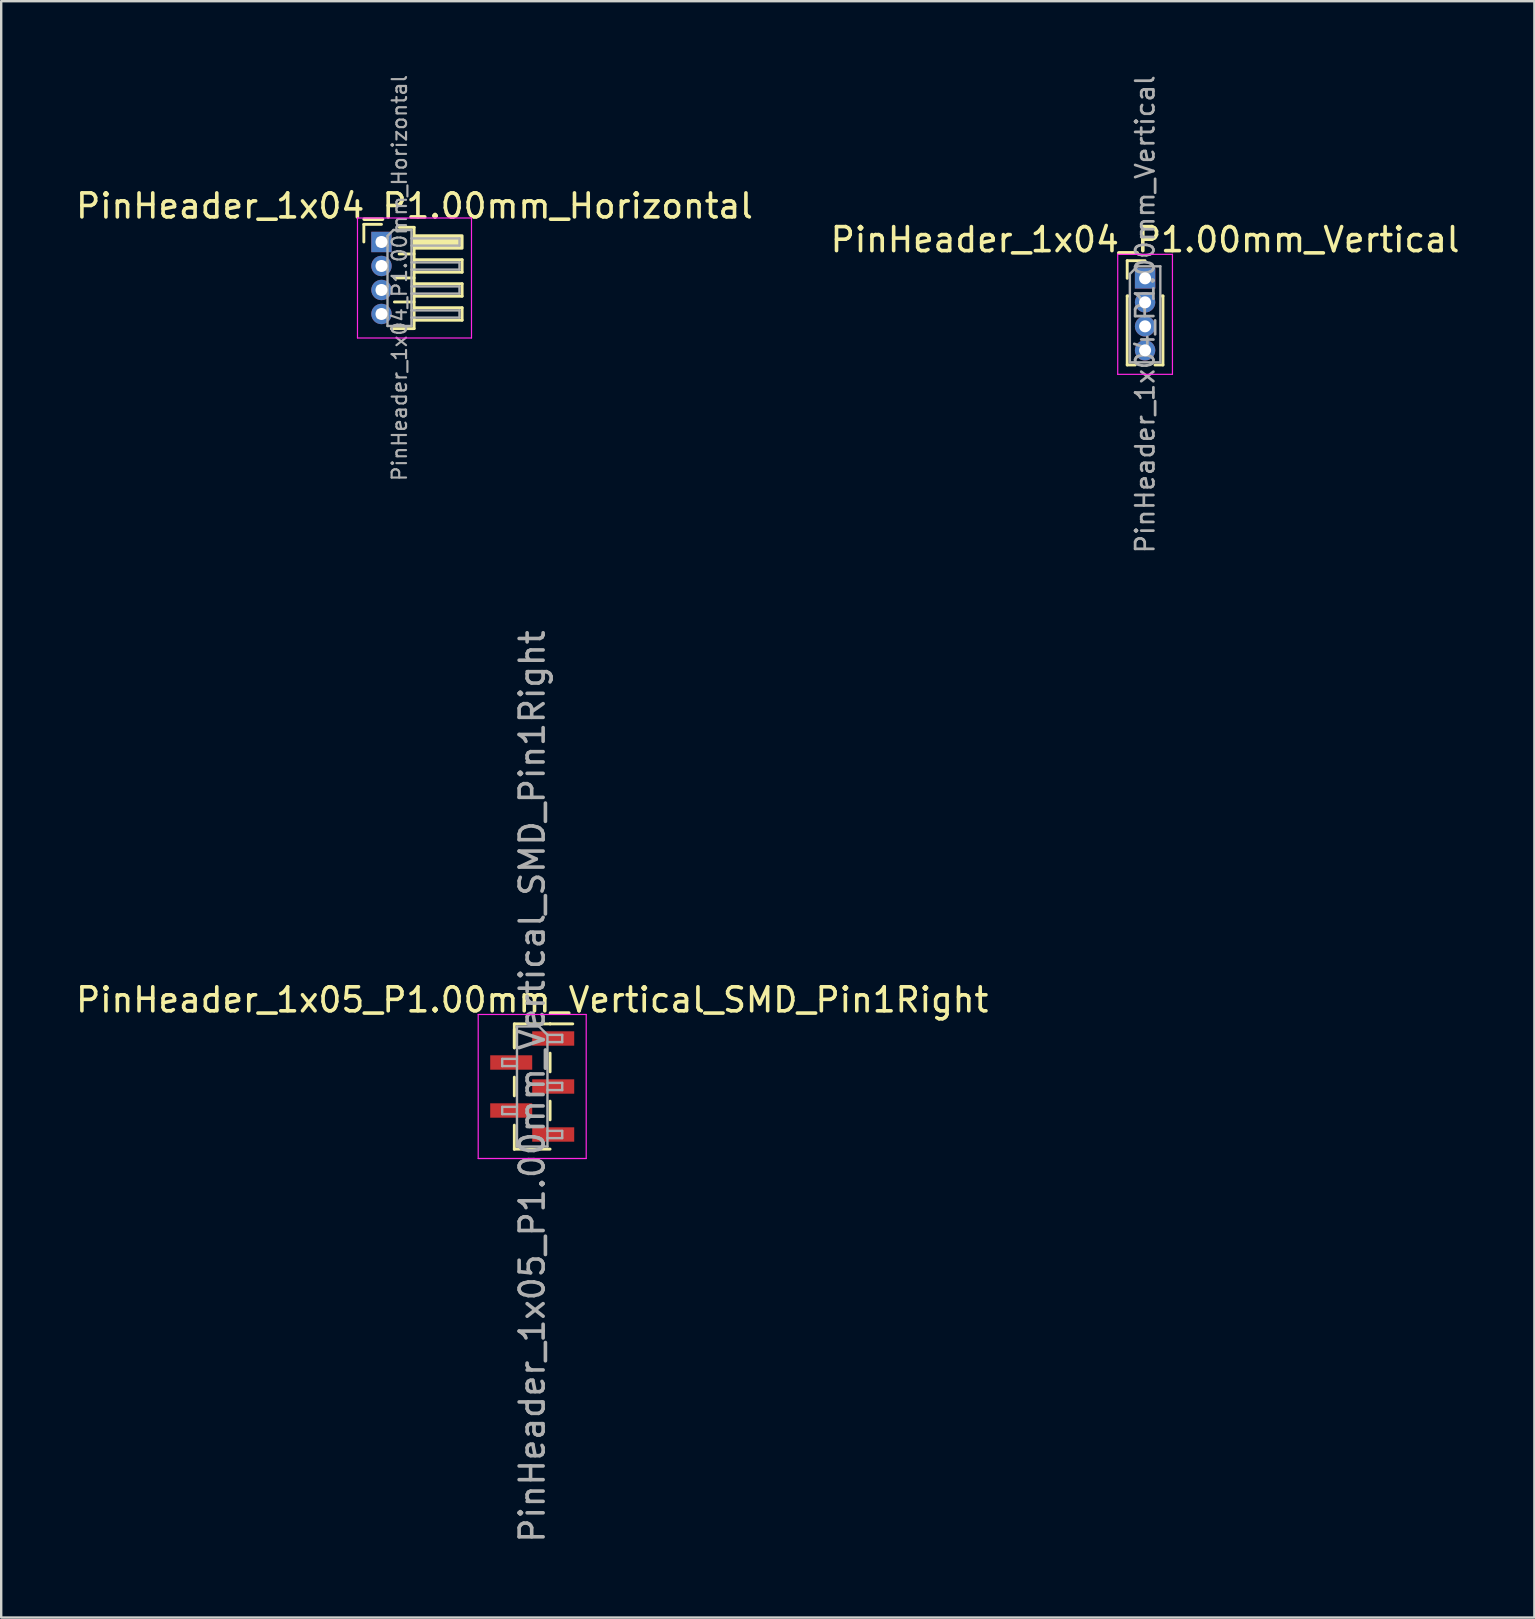
<source format=kicad_pcb>
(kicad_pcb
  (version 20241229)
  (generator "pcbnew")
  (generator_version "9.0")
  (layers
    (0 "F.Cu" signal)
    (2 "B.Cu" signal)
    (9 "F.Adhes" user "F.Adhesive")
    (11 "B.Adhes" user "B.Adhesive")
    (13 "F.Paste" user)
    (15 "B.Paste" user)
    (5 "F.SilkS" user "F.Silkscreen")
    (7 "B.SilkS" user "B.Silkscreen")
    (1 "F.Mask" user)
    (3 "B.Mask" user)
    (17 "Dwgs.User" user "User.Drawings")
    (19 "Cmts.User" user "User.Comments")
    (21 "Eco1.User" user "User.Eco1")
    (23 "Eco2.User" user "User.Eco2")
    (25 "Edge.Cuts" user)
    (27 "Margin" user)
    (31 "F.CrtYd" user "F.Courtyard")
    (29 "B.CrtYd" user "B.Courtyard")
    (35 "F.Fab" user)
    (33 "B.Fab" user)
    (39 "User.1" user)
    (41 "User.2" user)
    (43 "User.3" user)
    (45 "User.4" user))
  (footprint "PinHeader_1x04_P1.00mm_Vertical"
    (layer "F.Cu")
    (at 44.661 8.547)
    (property "Reference" "PinHeader_1x04_P1.00mm_Vertical" (at 0 -1.61 0) (layer "F.SilkS") (effects (font (size 1 1) (thickness 0.15))))
    (attr through_hole)
    (fp_line (start -0.745 -0.735) (end 0 -0.735) (stroke (width 0.12) (type solid)) (layer "F.SilkS"))
    (fp_line (start -0.745 0) (end -0.745 -0.735) (stroke (width 0.12) (type solid)) (layer "F.SilkS"))
    (fp_line (start -0.745 0.735) (end -0.745 3.61) (stroke (width 0.12) (type solid)) (layer "F.SilkS"))
    (fp_line (start -0.745 0.735) (end -0.686 0.735) (stroke (width 0.12) (type solid)) (layer "F.SilkS"))
    (fp_line (start -0.745 3.61) (end -0.41 3.61) (stroke (width 0.12) (type solid)) (layer "F.SilkS"))
    (fp_line (start 0.41 3.61) (end 0.745 3.61) (stroke (width 0.12) (type solid)) (layer "F.SilkS"))
    (fp_line (start 0.686 0.735) (end 0.745 0.735) (stroke (width 0.12) (type solid)) (layer "F.SilkS"))
    (fp_line (start 0.745 0.735) (end 0.745 3.61) (stroke (width 0.12) (type solid)) (layer "F.SilkS"))
    (fp_line (start -1.14 -1) (end -1.14 4) (stroke (width 0.05) (type solid)) (layer "F.CrtYd"))
    (fp_line (start -1.14 4) (end 1.14 4) (stroke (width 0.05) (type solid)) (layer "F.CrtYd"))
    (fp_line (start 1.14 -1) (end -1.14 -1) (stroke (width 0.05) (type solid)) (layer "F.CrtYd"))
    (fp_line (start 1.14 4) (end 1.14 -1) (stroke (width 0.05) (type solid)) (layer "F.CrtYd"))
    (fp_line (start -0.635 -0.182) (end -0.318 -0.5) (stroke (width 0.1) (type solid)) (layer "F.Fab"))
    (fp_line (start -0.635 3.5) (end -0.635 -0.182) (stroke (width 0.1) (type solid)) (layer "F.Fab"))
    (fp_line (start -0.318 -0.5) (end 0.635 -0.5) (stroke (width 0.1) (type solid)) (layer "F.Fab"))
    (fp_line (start 0.635 -0.5) (end 0.635 3.5) (stroke (width 0.1) (type solid)) (layer "F.Fab"))
    (fp_line (start 0.635 3.5) (end -0.635 3.5) (stroke (width 0.1) (type solid)) (layer "F.Fab"))
    (fp_text user "${REFERENCE}" (at 0 1.5 90) (layer "F.Fab") (effects (font (size 0.76 0.76) (thickness 0.114))))
    (pad "1" thru_hole rect (at 0 0) (size 0.85 0.85) (drill 0.5) (layers "*.Cu" "*.Mask"))
    (pad "2" thru_hole circle (at 0 1) (size 0.85 0.85) (drill 0.5) (layers "*.Cu" "*.Mask"))
    (pad "3" thru_hole circle (at 0 2) (size 0.85 0.85) (drill 0.5) (layers "*.Cu" "*.Mask"))
    (pad "4" thru_hole circle (at 0 3) (size 0.85 0.85) (drill 0.5) (layers "*.Cu" "*.Mask")))
  (footprint "PinHeader_1x05_P1.00mm_Vertical_SMD_Pin1Right"
    (layer "F.Cu")
    (at 19.125 42.22)
    (property "Reference" "PinHeader_1x05_P1.00mm_Vertical_SMD_Pin1Right" (at 0 -3.61 0) (layer "F.SilkS") (effects (font (size 1 1) (thickness 0.15))))
    (attr smd)
    (fp_line (start -0.745 -2.61) (end -0.745 -1.61) (stroke (width 0.12) (type solid)) (layer "F.SilkS"))
    (fp_line (start -0.745 -2.61) (end 0.745 -2.61) (stroke (width 0.12) (type solid)) (layer "F.SilkS"))
    (fp_line (start -0.745 -2.39) (end -0.745 -1.61) (stroke (width 0.12) (type solid)) (layer "F.SilkS"))
    (fp_line (start -0.745 -0.39) (end -0.745 0.39) (stroke (width 0.12) (type solid)) (layer "F.SilkS"))
    (fp_line (start -0.745 1.61) (end -0.745 2.61) (stroke (width 0.12) (type solid)) (layer "F.SilkS"))
    (fp_line (start -0.745 2.61) (end -0.745 2.61) (stroke (width 0.12) (type solid)) (layer "F.SilkS"))
    (fp_line (start -0.745 2.61) (end 0.745 2.61) (stroke (width 0.12) (type solid)) (layer "F.SilkS"))
    (fp_line (start 0.745 -2.61) (end 0.745 -2.61) (stroke (width 0.12) (type solid)) (layer "F.SilkS"))
    (fp_line (start 0.745 -2.61) (end 1.69 -2.61) (stroke (width 0.12) (type solid)) (layer "F.SilkS"))
    (fp_line (start 0.745 -1.39) (end 0.745 -0.61) (stroke (width 0.12) (type solid)) (layer "F.SilkS"))
    (fp_line (start 0.745 0.61) (end 0.745 1.39) (stroke (width 0.12) (type solid)) (layer "F.SilkS"))
    (fp_line (start -2.25 -3) (end -2.25 3) (stroke (width 0.05) (type solid)) (layer "F.CrtYd"))
    (fp_line (start -2.25 3) (end 2.25 3) (stroke (width 0.05) (type solid)) (layer "F.CrtYd"))
    (fp_line (start 2.25 -3) (end -2.25 -3) (stroke (width 0.05) (type solid)) (layer "F.CrtYd"))
    (fp_line (start 2.25 3) (end 2.25 -3) (stroke (width 0.05) (type solid)) (layer "F.CrtYd"))
    (fp_line (start -1.25 -1.15) (end -1.25 -0.85) (stroke (width 0.1) (type solid)) (layer "F.Fab"))
    (fp_line (start -1.25 -0.85) (end -0.635 -0.85) (stroke (width 0.1) (type solid)) (layer "F.Fab"))
    (fp_line (start -1.25 0.85) (end -1.25 1.15) (stroke (width 0.1) (type solid)) (layer "F.Fab"))
    (fp_line (start -1.25 1.15) (end -0.635 1.15) (stroke (width 0.1) (type solid)) (layer "F.Fab"))
    (fp_line (start -0.635 -2.5) (end -0.635 2.5) (stroke (width 0.1) (type solid)) (layer "F.Fab"))
    (fp_line (start -0.635 -2.5) (end 0.285 -2.5) (stroke (width 0.1) (type solid)) (layer "F.Fab"))
    (fp_line (start -0.635 -1.15) (end -1.25 -1.15) (stroke (width 0.1) (type solid)) (layer "F.Fab"))
    (fp_line (start -0.635 0.85) (end -1.25 0.85) (stroke (width 0.1) (type solid)) (layer "F.Fab"))
    (fp_line (start 0.635 -2.15) (end 0.285 -2.5) (stroke (width 0.1) (type solid)) (layer "F.Fab"))
    (fp_line (start 0.635 -2.15) (end 1.25 -2.15) (stroke (width 0.1) (type solid)) (layer "F.Fab"))
    (fp_line (start 0.635 -0.15) (end 1.25 -0.15) (stroke (width 0.1) (type solid)) (layer "F.Fab"))
    (fp_line (start 0.635 1.85) (end 1.25 1.85) (stroke (width 0.1) (type solid)) (layer "F.Fab"))
    (fp_line (start 0.635 2.5) (end -0.635 2.5) (stroke (width 0.1) (type solid)) (layer "F.Fab"))
    (fp_line (start 0.635 2.5) (end 0.635 -2.15) (stroke (width 0.1) (type solid)) (layer "F.Fab"))
    (fp_line (start 1.25 -2.15) (end 1.25 -1.85) (stroke (width 0.1) (type solid)) (layer "F.Fab"))
    (fp_line (start 1.25 -1.85) (end 0.635 -1.85) (stroke (width 0.1) (type solid)) (layer "F.Fab"))
    (fp_line (start 1.25 -0.15) (end 1.25 0.15) (stroke (width 0.1) (type solid)) (layer "F.Fab"))
    (fp_line (start 1.25 0.15) (end 0.635 0.15) (stroke (width 0.1) (type solid)) (layer "F.Fab"))
    (fp_line (start 1.25 1.85) (end 1.25 2.15) (stroke (width 0.1) (type solid)) (layer "F.Fab"))
    (fp_line (start 1.25 2.15) (end 0.635 2.15) (stroke (width 0.1) (type solid)) (layer "F.Fab"))
    (fp_text user "${REFERENCE}" (at 0 0 90) (layer "F.Fab") (effects (font (size 1 1) (thickness 0.15))))
    (pad "1" smd rect (at 0.875 -2) (size 1.75 0.6) (layers "F.Cu" "F.Mask" "F.Paste"))
    (pad "2" smd rect (at -0.875 -1) (size 1.75 0.6) (layers "F.Cu" "F.Mask" "F.Paste"))
    (pad "3" smd rect (at 0.875 0) (size 1.75 0.6) (layers "F.Cu" "F.Mask" "F.Paste"))
    (pad "4" smd rect (at -0.875 1) (size 1.75 0.6) (layers "F.Cu" "F.Mask" "F.Paste"))
    (pad "5" smd rect (at 0.875 2) (size 1.75 0.6) (layers "F.Cu" "F.Mask" "F.Paste")))
  (footprint "PinHeader_1x04_P1.00mm_Horizontal"
    (layer "F.Cu")
    (at 12.845 7.032)
    (property "Reference" "PinHeader_1x04_P1.00mm_Horizontal" (at 1.375 -1.5 0) (layer "F.SilkS") (effects (font (size 1 1) (thickness 0.15))))
    (attr through_hole)
    (fp_line (start -0.735 -0.735) (end 0 -0.735) (stroke (width 0.12) (type solid)) (layer "F.SilkS"))
    (fp_line (start -0.735 0) (end -0.735 -0.735) (stroke (width 0.12) (type solid)) (layer "F.SilkS"))
    (fp_line (start 0.539 1.5) (end 1.36 1.5) (stroke (width 0.12) (type solid)) (layer "F.SilkS"))
    (fp_line (start 0.539 2.5) (end 1.36 2.5) (stroke (width 0.12) (type solid)) (layer "F.SilkS"))
    (fp_line (start 0.735 -0.61) (end 1.36 -0.61) (stroke (width 0.12) (type solid)) (layer "F.SilkS"))
    (fp_line (start 0.735 0.5) (end 1.36 0.5) (stroke (width 0.12) (type solid)) (layer "F.SilkS"))
    (fp_line (start 1.36 -0.61) (end 1.36 3.61) (stroke (width 0.12) (type solid)) (layer "F.SilkS"))
    (fp_line (start 1.36 0.74) (end 3.36 0.74) (stroke (width 0.12) (type solid)) (layer "F.SilkS"))
    (fp_line (start 1.36 1.74) (end 3.36 1.74) (stroke (width 0.12) (type solid)) (layer "F.SilkS"))
    (fp_line (start 1.36 2.74) (end 3.36 2.74) (stroke (width 0.12) (type solid)) (layer "F.SilkS"))
    (fp_line (start 1.36 3.61) (end 0.41 3.61) (stroke (width 0.12) (type solid)) (layer "F.SilkS"))
    (fp_line (start 3.36 0.74) (end 3.36 1.26) (stroke (width 0.12) (type solid)) (layer "F.SilkS"))
    (fp_line (start 3.36 1.26) (end 1.36 1.26) (stroke (width 0.12) (type solid)) (layer "F.SilkS"))
    (fp_line (start 3.36 1.74) (end 3.36 2.26) (stroke (width 0.12) (type solid)) (layer "F.SilkS"))
    (fp_line (start 3.36 2.26) (end 1.36 2.26) (stroke (width 0.12) (type solid)) (layer "F.SilkS"))
    (fp_line (start 3.36 2.74) (end 3.36 3.26) (stroke (width 0.12) (type solid)) (layer "F.SilkS"))
    (fp_line (start 3.36 3.26) (end 1.36 3.26) (stroke (width 0.12) (type solid)) (layer "F.SilkS"))
    (fp_rect (start 1.36 -0.26) (end 3.36 0.26) (stroke (width 0.12) (type solid)) (fill yes) (layer "F.SilkS"))
    (fp_line (start -1 -1) (end -1 4) (stroke (width 0.05) (type solid)) (layer "F.CrtYd"))
    (fp_line (start -1 4) (end 3.75 4) (stroke (width 0.05) (type solid)) (layer "F.CrtYd"))
    (fp_line (start 3.75 -1) (end -1 -1) (stroke (width 0.05) (type solid)) (layer "F.CrtYd"))
    (fp_line (start 3.75 4) (end 3.75 -1) (stroke (width 0.05) (type solid)) (layer "F.CrtYd"))
    (fp_line (start -0.15 -0.15) (end -0.15 0.15) (stroke (width 0.1) (type solid)) (layer "F.Fab"))
    (fp_line (start -0.15 -0.15) (end 0.25 -0.15) (stroke (width 0.1) (type solid)) (layer "F.Fab"))
    (fp_line (start -0.15 0.15) (end 0.25 0.15) (stroke (width 0.1) (type solid)) (layer "F.Fab"))
    (fp_line (start -0.15 0.85) (end -0.15 1.15) (stroke (width 0.1) (type solid)) (layer "F.Fab"))
    (fp_line (start -0.15 0.85) (end 0.25 0.85) (stroke (width 0.1) (type solid)) (layer "F.Fab"))
    (fp_line (start -0.15 1.15) (end 0.25 1.15) (stroke (width 0.1) (type solid)) (layer "F.Fab"))
    (fp_line (start -0.15 1.85) (end -0.15 2.15) (stroke (width 0.1) (type solid)) (layer "F.Fab"))
    (fp_line (start -0.15 1.85) (end 0.25 1.85) (stroke (width 0.1) (type solid)) (layer "F.Fab"))
    (fp_line (start -0.15 2.15) (end 0.25 2.15) (stroke (width 0.1) (type solid)) (layer "F.Fab"))
    (fp_line (start -0.15 2.85) (end -0.15 3.15) (stroke (width 0.1) (type solid)) (layer "F.Fab"))
    (fp_line (start -0.15 2.85) (end 0.25 2.85) (stroke (width 0.1) (type solid)) (layer "F.Fab"))
    (fp_line (start -0.15 3.15) (end 0.25 3.15) (stroke (width 0.1) (type solid)) (layer "F.Fab"))
    (fp_line (start 0.25 -0.25) (end 0.5 -0.5) (stroke (width 0.1) (type solid)) (layer "F.Fab"))
    (fp_line (start 0.25 3.5) (end 0.25 -0.25) (stroke (width 0.1) (type solid)) (layer "F.Fab"))
    (fp_line (start 0.5 -0.5) (end 1.25 -0.5) (stroke (width 0.1) (type solid)) (layer "F.Fab"))
    (fp_line (start 1.25 -0.5) (end 1.25 3.5) (stroke (width 0.1) (type solid)) (layer "F.Fab"))
    (fp_line (start 1.25 -0.15) (end 3.25 -0.15) (stroke (width 0.1) (type solid)) (layer "F.Fab"))
    (fp_line (start 1.25 0.15) (end 3.25 0.15) (stroke (width 0.1) (type solid)) (layer "F.Fab"))
    (fp_line (start 1.25 0.85) (end 3.25 0.85) (stroke (width 0.1) (type solid)) (layer "F.Fab"))
    (fp_line (start 1.25 1.15) (end 3.25 1.15) (stroke (width 0.1) (type solid)) (layer "F.Fab"))
    (fp_line (start 1.25 1.85) (end 3.25 1.85) (stroke (width 0.1) (type solid)) (layer "F.Fab"))
    (fp_line (start 1.25 2.15) (end 3.25 2.15) (stroke (width 0.1) (type solid)) (layer "F.Fab"))
    (fp_line (start 1.25 2.85) (end 3.25 2.85) (stroke (width 0.1) (type solid)) (layer "F.Fab"))
    (fp_line (start 1.25 3.15) (end 3.25 3.15) (stroke (width 0.1) (type solid)) (layer "F.Fab"))
    (fp_line (start 1.25 3.5) (end 0.25 3.5) (stroke (width 0.1) (type solid)) (layer "F.Fab"))
    (fp_line (start 3.25 -0.15) (end 3.25 0.15) (stroke (width 0.1) (type solid)) (layer "F.Fab"))
    (fp_line (start 3.25 0.85) (end 3.25 1.15) (stroke (width 0.1) (type solid)) (layer "F.Fab"))
    (fp_line (start 3.25 1.85) (end 3.25 2.15) (stroke (width 0.1) (type solid)) (layer "F.Fab"))
    (fp_line (start 3.25 2.85) (end 3.25 3.15) (stroke (width 0.1) (type solid)) (layer "F.Fab"))
    (fp_text user "${REFERENCE}" (at 0.75 1.5 90) (layer "F.Fab") (effects (font (size 0.6 0.6) (thickness 0.09))))
    (pad "1" thru_hole rect (at 0 0) (size 0.85 0.85) (drill 0.5) (layers "*.Cu" "*.Mask"))
    (pad "2" thru_hole circle (at 0 1) (size 0.85 0.85) (drill 0.5) (layers "*.Cu" "*.Mask"))
    (pad "3" thru_hole circle (at 0 2) (size 0.85 0.85) (drill 0.5) (layers "*.Cu" "*.Mask"))
    (pad "4" thru_hole circle (at 0 3) (size 0.85 0.85) (drill 0.5) (layers "*.Cu" "*.Mask")))
  (gr_rect
    (start -3 -3)
    (end 60.881 64.345)
    (stroke (width 0.1) (type default))
    (fill no)
    (layer "Edge.Cuts")))
</source>
